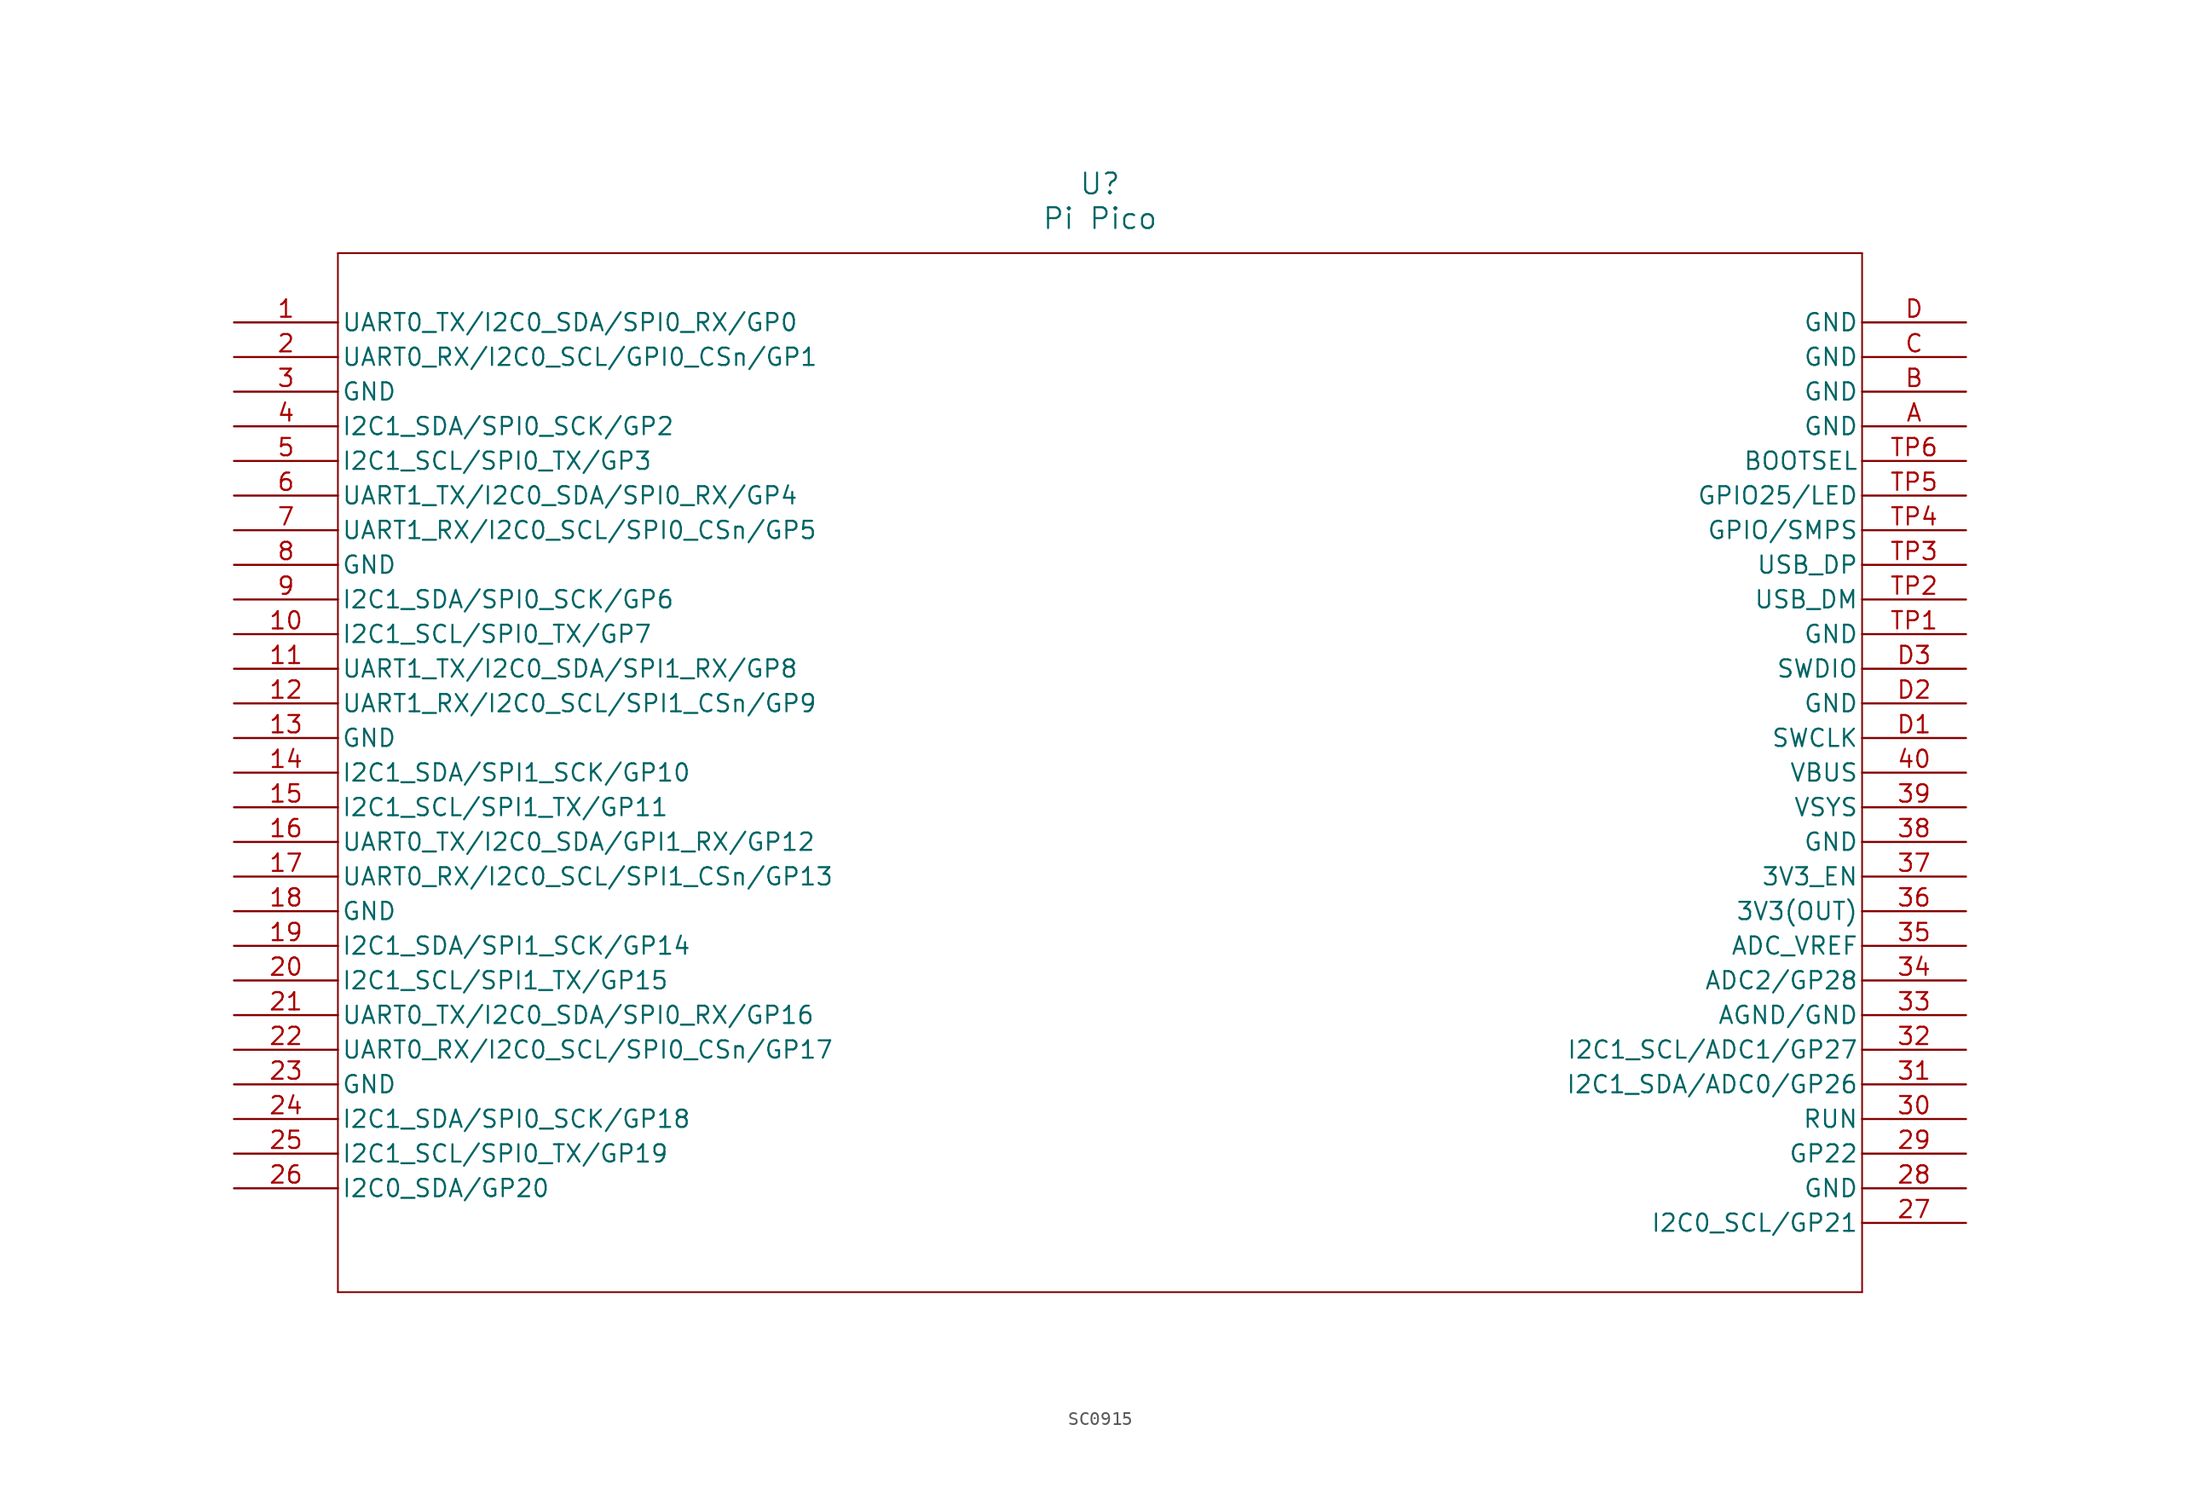
<source format=kicad_sym>
(kicad_symbol_lib
  (version 20231120)
  (generator "kicad_symbol_editor")
  (generator_version "8.0")
  (symbol "SC0915"
    (pin_names
      (offset 0.254))
    (property "Reference" "U"
      (at 63.5 10.16 0)
      (effects (font (size 1.524 1.524))))
    (property "Value" "Pi Pico"
      (at 63.5 7.62 0)
      (effects (font (size 1.524 1.524))))
    (property "ki_locked" ""
      (at 0 0 0)
      (effects (font (size 1.27 1.27))))
    (symbol "SC0915_0_1"
      (polyline (pts (xy 7.62 -71.12) (xy 119.38 -71.12)) (stroke (width 0.127) (type default)) (fill (type none)))
      (polyline (pts (xy 7.62 5.08) (xy 7.62 -71.12)) (stroke (width 0.127) (type default)) (fill (type none)))
      (polyline (pts (xy 119.38 -71.12) (xy 119.38 5.08)) (stroke (width 0.127) (type default)) (fill (type none)))
      (polyline (pts (xy 119.38 5.08) (xy 7.62 5.08)) (stroke (width 0.127) (type default)) (fill (type none)))
      (pin bidirectional line (at 0 0 0) (length 7.62) (name "UART0_TX/I2C0_SDA/SPI0_RX/GP0" (effects (font (size 1.27 1.27)))) (number "1" (effects (font (size 1.27 1.27)))))
      (pin bidirectional line (at 0 -22.86 0) (length 7.62) (name "I2C1_SCL/SPI0_TX/GP7" (effects (font (size 1.27 1.27)))) (number "10" (effects (font (size 1.27 1.27)))))
      (pin bidirectional line (at 0 -25.4 0) (length 7.62) (name "UART1_TX/I2C0_SDA/SPI1_RX/GP8" (effects (font (size 1.27 1.27)))) (number "11" (effects (font (size 1.27 1.27)))))
      (pin bidirectional line (at 0 -27.94 0) (length 7.62) (name "UART1_RX/I2C0_SCL/SPI1_CSn/GP9" (effects (font (size 1.27 1.27)))) (number "12" (effects (font (size 1.27 1.27)))))
      (pin power_out line (at 0 -30.48 0) (length 7.62) (name "GND" (effects (font (size 1.27 1.27)))) (number "13" (effects (font (size 1.27 1.27)))))
      (pin bidirectional line (at 0 -33.02 0) (length 7.62) (name "I2C1_SDA/SPI1_SCK/GP10" (effects (font (size 1.27 1.27)))) (number "14" (effects (font (size 1.27 1.27)))))
      (pin bidirectional line (at 0 -35.56 0) (length 7.62) (name "I2C1_SCL/SPI1_TX/GP11" (effects (font (size 1.27 1.27)))) (number "15" (effects (font (size 1.27 1.27)))))
      (pin bidirectional line (at 0 -38.1 0) (length 7.62) (name "UART0_TX/I2C0_SDA/GPI1_RX/GP12" (effects (font (size 1.27 1.27)))) (number "16" (effects (font (size 1.27 1.27)))))
      (pin bidirectional line (at 0 -40.64 0) (length 7.62) (name "UART0_RX/I2C0_SCL/SPI1_CSn/GP13" (effects (font (size 1.27 1.27)))) (number "17" (effects (font (size 1.27 1.27)))))
      (pin power_out line (at 0 -43.18 0) (length 7.62) (name "GND" (effects (font (size 1.27 1.27)))) (number "18" (effects (font (size 1.27 1.27)))))
      (pin bidirectional line (at 0 -45.72 0) (length 7.62) (name "I2C1_SDA/SPI1_SCK/GP14" (effects (font (size 1.27 1.27)))) (number "19" (effects (font (size 1.27 1.27)))))
      (pin bidirectional line (at 0 -2.54 0) (length 7.62) (name "UART0_RX/I2C0_SCL/GPI0_CSn/GP1" (effects (font (size 1.27 1.27)))) (number "2" (effects (font (size 1.27 1.27)))))
      (pin bidirectional line (at 0 -48.26 0) (length 7.62) (name "I2C1_SCL/SPI1_TX/GP15" (effects (font (size 1.27 1.27)))) (number "20" (effects (font (size 1.27 1.27)))))
      (pin bidirectional line (at 0 -50.8 0) (length 7.62) (name "UART0_TX/I2C0_SDA/SPI0_RX/GP16" (effects (font (size 1.27 1.27)))) (number "21" (effects (font (size 1.27 1.27)))))
      (pin bidirectional line (at 0 -53.34 0) (length 7.62) (name "UART0_RX/I2C0_SCL/SPI0_CSn/GP17" (effects (font (size 1.27 1.27)))) (number "22" (effects (font (size 1.27 1.27)))))
      (pin power_out line (at 0 -55.88 0) (length 7.62) (name "GND" (effects (font (size 1.27 1.27)))) (number "23" (effects (font (size 1.27 1.27)))))
      (pin bidirectional line (at 0 -58.42 0) (length 7.62) (name "I2C1_SDA/SPI0_SCK/GP18" (effects (font (size 1.27 1.27)))) (number "24" (effects (font (size 1.27 1.27)))))
      (pin bidirectional line (at 0 -60.96 0) (length 7.62) (name "I2C1_SCL/SPI0_TX/GP19" (effects (font (size 1.27 1.27)))) (number "25" (effects (font (size 1.27 1.27)))))
      (pin bidirectional line (at 0 -63.5 0) (length 7.62) (name "I2C0_SDA/GP20" (effects (font (size 1.27 1.27)))) (number "26" (effects (font (size 1.27 1.27)))))
      (pin bidirectional line (at 127 -66.04 180) (length 7.62) (name "I2C0_SCL/GP21" (effects (font (size 1.27 1.27)))) (number "27" (effects (font (size 1.27 1.27)))))
      (pin power_out line (at 127 -63.5 180) (length 7.62) (name "GND" (effects (font (size 1.27 1.27)))) (number "28" (effects (font (size 1.27 1.27)))))
      (pin bidirectional line (at 127 -60.96 180) (length 7.62) (name "GP22" (effects (font (size 1.27 1.27)))) (number "29" (effects (font (size 1.27 1.27)))))
      (pin power_out line (at 0 -5.08 0) (length 7.62) (name "GND" (effects (font (size 1.27 1.27)))) (number "3" (effects (font (size 1.27 1.27)))))
      (pin unspecified line (at 127 -58.42 180) (length 7.62) (name "RUN" (effects (font (size 1.27 1.27)))) (number "30" (effects (font (size 1.27 1.27)))))
      (pin bidirectional line (at 127 -55.88 180) (length 7.62) (name "I2C1_SDA/ADC0/GP26" (effects (font (size 1.27 1.27)))) (number "31" (effects (font (size 1.27 1.27)))))
      (pin bidirectional line (at 127 -53.34 180) (length 7.62) (name "I2C1_SCL/ADC1/GP27" (effects (font (size 1.27 1.27)))) (number "32" (effects (font (size 1.27 1.27)))))
      (pin power_out line (at 127 -50.8 180) (length 7.62) (name "AGND/GND" (effects (font (size 1.27 1.27)))) (number "33" (effects (font (size 1.27 1.27)))))
      (pin bidirectional line (at 127 -48.26 180) (length 7.62) (name "ADC2/GP28" (effects (font (size 1.27 1.27)))) (number "34" (effects (font (size 1.27 1.27)))))
      (pin power_in line (at 127 -45.72 180) (length 7.62) (name "ADC_VREF" (effects (font (size 1.27 1.27)))) (number "35" (effects (font (size 1.27 1.27)))))
      (pin output line (at 127 -43.18 180) (length 7.62) (name "3V3(OUT)" (effects (font (size 1.27 1.27)))) (number "36" (effects (font (size 1.27 1.27)))))
      (pin power_in line (at 127 -40.64 180) (length 7.62) (name "3V3_EN" (effects (font (size 1.27 1.27)))) (number "37" (effects (font (size 1.27 1.27)))))
      (pin power_out line (at 127 -38.1 180) (length 7.62) (name "GND" (effects (font (size 1.27 1.27)))) (number "38" (effects (font (size 1.27 1.27)))))
      (pin power_in line (at 127 -35.56 180) (length 7.62) (name "VSYS" (effects (font (size 1.27 1.27)))) (number "39" (effects (font (size 1.27 1.27)))))
      (pin bidirectional line (at 0 -7.62 0) (length 7.62) (name "I2C1_SDA/SPI0_SCK/GP2" (effects (font (size 1.27 1.27)))) (number "4" (effects (font (size 1.27 1.27)))))
      (pin power_in line (at 127 -33.02 180) (length 7.62) (name "VBUS" (effects (font (size 1.27 1.27)))) (number "40" (effects (font (size 1.27 1.27)))))
      (pin bidirectional line (at 0 -10.16 0) (length 7.62) (name "I2C1_SCL/SPI0_TX/GP3" (effects (font (size 1.27 1.27)))) (number "5" (effects (font (size 1.27 1.27)))))
      (pin bidirectional line (at 0 -12.7 0) (length 7.62) (name "UART1_TX/I2C0_SDA/SPI0_RX/GP4" (effects (font (size 1.27 1.27)))) (number "6" (effects (font (size 1.27 1.27)))))
      (pin bidirectional line (at 0 -15.24 0) (length 7.62) (name "UART1_RX/I2C0_SCL/SPI0_CSn/GP5" (effects (font (size 1.27 1.27)))) (number "7" (effects (font (size 1.27 1.27)))))
      (pin power_out line (at 0 -17.78 0) (length 7.62) (name "GND" (effects (font (size 1.27 1.27)))) (number "8" (effects (font (size 1.27 1.27)))))
      (pin bidirectional line (at 0 -20.32 0) (length 7.62) (name "I2C1_SDA/SPI0_SCK/GP6" (effects (font (size 1.27 1.27)))) (number "9" (effects (font (size 1.27 1.27)))))
      (pin power_out line (at 127 -7.62 180) (length 7.62) (name "GND" (effects (font (size 1.27 1.27)))) (number "A" (effects (font (size 1.27 1.27)))))
      (pin power_out line (at 127 -5.08 180) (length 7.62) (name "GND" (effects (font (size 1.27 1.27)))) (number "B" (effects (font (size 1.27 1.27)))))
      (pin power_out line (at 127 -2.54 180) (length 7.62) (name "GND" (effects (font (size 1.27 1.27)))) (number "C" (effects (font (size 1.27 1.27)))))
      (pin power_out line (at 127 0 180) (length 7.62) (name "GND" (effects (font (size 1.27 1.27)))) (number "D" (effects (font (size 1.27 1.27)))))
      (pin unspecified line (at 127 -30.48 180) (length 7.62) (name "SWCLK" (effects (font (size 1.27 1.27)))) (number "D1" (effects (font (size 1.27 1.27)))))
      (pin power_out line (at 127 -27.94 180) (length 7.62) (name "GND" (effects (font (size 1.27 1.27)))) (number "D2" (effects (font (size 1.27 1.27)))))
      (pin unspecified line (at 127 -25.4 180) (length 7.62) (name "SWDIO" (effects (font (size 1.27 1.27)))) (number "D3" (effects (font (size 1.27 1.27)))))
      (pin power_out line (at 127 -22.86 180) (length 7.62) (name "GND" (effects (font (size 1.27 1.27)))) (number "TP1" (effects (font (size 1.27 1.27)))))
      (pin unspecified line (at 127 -20.32 180) (length 7.62) (name "USB_DM" (effects (font (size 1.27 1.27)))) (number "TP2" (effects (font (size 1.27 1.27)))))
      (pin unspecified line (at 127 -17.78 180) (length 7.62) (name "USB_DP" (effects (font (size 1.27 1.27)))) (number "TP3" (effects (font (size 1.27 1.27)))))
      (pin unspecified line (at 127 -15.24 180) (length 7.62) (name "GPIO/SMPS" (effects (font (size 1.27 1.27)))) (number "TP4" (effects (font (size 1.27 1.27)))))
      (pin unspecified line (at 127 -12.7 180) (length 7.62) (name "GPIO25/LED" (effects (font (size 1.27 1.27)))) (number "TP5" (effects (font (size 1.27 1.27)))))
      (pin unspecified line (at 127 -10.16 180) (length 7.62) (name "BOOTSEL" (effects (font (size 1.27 1.27)))) (number "TP6" (effects (font (size 1.27 1.27))))))))
</source>
